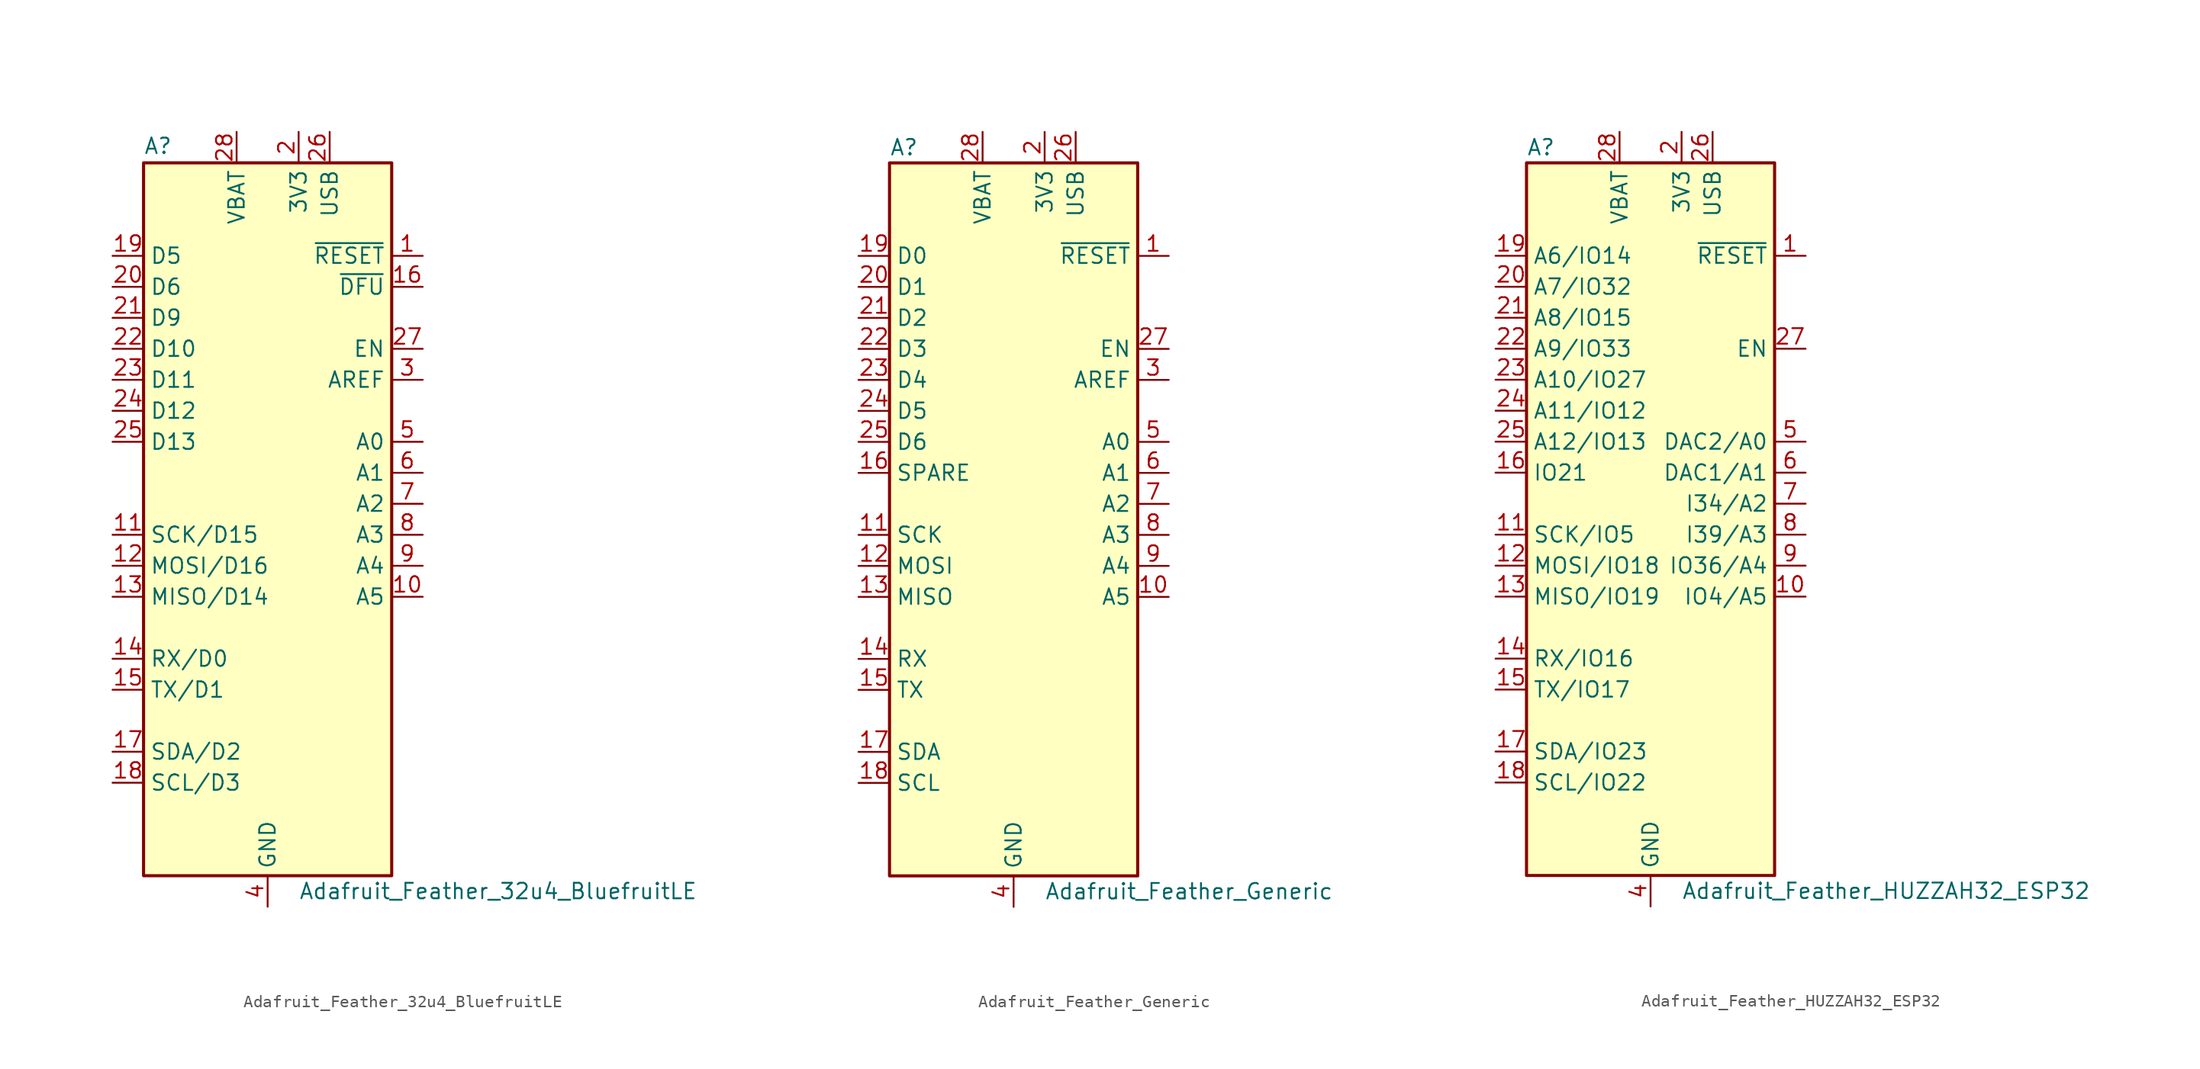
<source format=kicad_sym>
(kicad_symbol_lib
  (version 20201005)
  (generator kicad_symbol_editor)
  (symbol "MCU_Module:Adafruit_Feather_32u4_BluefruitLE"
    (property "Reference" "A"
      (at -10.16 28.575 0)
      (effects (font (size 1.27 1.27)) (justify left bottom)))
    (property "Value" "Adafruit_Feather_32u4_BluefruitLE"
      (at 2.54 -31.75 0)
      (effects (font (size 1.27 1.27)) (justify left)))
    (symbol "Adafruit_Feather_32u4_BluefruitLE_0_1"
      (rectangle (start -10.16 27.94) (end 10.16 -30.48) (stroke (width 0.254)) (fill (type background))))
    (symbol "Adafruit_Feather_32u4_BluefruitLE_1_1"
      (pin input line (at 12.7 20.32 180) (length 2.54) (name "~RESET" (effects (font (size 1.27 1.27)))) (number "1" (effects (font (size 1.27 1.27)))))
      (pin bidirectional line (at 12.7 -7.62 180) (length 2.54) (name "A5" (effects (font (size 1.27 1.27)))) (number "10" (effects (font (size 1.27 1.27)))))
      (pin bidirectional line (at -12.7 -2.54 0) (length 2.54) (name "SCK/D15" (effects (font (size 1.27 1.27)))) (number "11" (effects (font (size 1.27 1.27)))))
      (pin bidirectional line (at -12.7 -5.08 0) (length 2.54) (name "MOSI/D16" (effects (font (size 1.27 1.27)))) (number "12" (effects (font (size 1.27 1.27)))))
      (pin bidirectional line (at -12.7 -7.62 0) (length 2.54) (name "MISO/D14" (effects (font (size 1.27 1.27)))) (number "13" (effects (font (size 1.27 1.27)))))
      (pin bidirectional line (at -12.7 -12.7 0) (length 2.54) (name "RX/D0" (effects (font (size 1.27 1.27)))) (number "14" (effects (font (size 1.27 1.27)))))
      (pin bidirectional line (at -12.7 -15.24 0) (length 2.54) (name "TX/D1" (effects (font (size 1.27 1.27)))) (number "15" (effects (font (size 1.27 1.27)))))
      (pin input line (at 12.7 17.78 180) (length 2.54) (name "~DFU" (effects (font (size 1.27 1.27)))) (number "16" (effects (font (size 1.27 1.27)))))
      (pin bidirectional line (at -12.7 -20.32 0) (length 2.54) (name "SDA/D2" (effects (font (size 1.27 1.27)))) (number "17" (effects (font (size 1.27 1.27)))))
      (pin bidirectional line (at -12.7 -22.86 0) (length 2.54) (name "SCL/D3" (effects (font (size 1.27 1.27)))) (number "18" (effects (font (size 1.27 1.27)))))
      (pin bidirectional line (at -12.7 20.32 0) (length 2.54) (name "D5" (effects (font (size 1.27 1.27)))) (number "19" (effects (font (size 1.27 1.27)))))
      (pin power_in line (at 2.54 30.48 270) (length 2.54) (name "3V3" (effects (font (size 1.27 1.27)))) (number "2" (effects (font (size 1.27 1.27)))))
      (pin bidirectional line (at -12.7 17.78 0) (length 2.54) (name "D6" (effects (font (size 1.27 1.27)))) (number "20" (effects (font (size 1.27 1.27)))))
      (pin bidirectional line (at -12.7 15.24 0) (length 2.54) (name "D9" (effects (font (size 1.27 1.27)))) (number "21" (effects (font (size 1.27 1.27)))))
      (pin bidirectional line (at -12.7 12.7 0) (length 2.54) (name "D10" (effects (font (size 1.27 1.27)))) (number "22" (effects (font (size 1.27 1.27)))))
      (pin bidirectional line (at -12.7 10.16 0) (length 2.54) (name "D11" (effects (font (size 1.27 1.27)))) (number "23" (effects (font (size 1.27 1.27)))))
      (pin bidirectional line (at -12.7 7.62 0) (length 2.54) (name "D12" (effects (font (size 1.27 1.27)))) (number "24" (effects (font (size 1.27 1.27)))))
      (pin bidirectional line (at -12.7 5.08 0) (length 2.54) (name "D13" (effects (font (size 1.27 1.27)))) (number "25" (effects (font (size 1.27 1.27)))))
      (pin power_in line (at 5.08 30.48 270) (length 2.54) (name "USB" (effects (font (size 1.27 1.27)))) (number "26" (effects (font (size 1.27 1.27)))))
      (pin input line (at 12.7 12.7 180) (length 2.54) (name "EN" (effects (font (size 1.27 1.27)))) (number "27" (effects (font (size 1.27 1.27)))))
      (pin power_in line (at -2.54 30.48 270) (length 2.54) (name "VBAT" (effects (font (size 1.27 1.27)))) (number "28" (effects (font (size 1.27 1.27)))))
      (pin input line (at 12.7 10.16 180) (length 2.54) (name "AREF" (effects (font (size 1.27 1.27)))) (number "3" (effects (font (size 1.27 1.27)))))
      (pin power_in line (at 0 -33.02 90) (length 2.54) (name "GND" (effects (font (size 1.27 1.27)))) (number "4" (effects (font (size 1.27 1.27)))))
      (pin bidirectional line (at 12.7 5.08 180) (length 2.54) (name "A0" (effects (font (size 1.27 1.27)))) (number "5" (effects (font (size 1.27 1.27)))))
      (pin bidirectional line (at 12.7 2.54 180) (length 2.54) (name "A1" (effects (font (size 1.27 1.27)))) (number "6" (effects (font (size 1.27 1.27)))))
      (pin bidirectional line (at 12.7 0 180) (length 2.54) (name "A2" (effects (font (size 1.27 1.27)))) (number "7" (effects (font (size 1.27 1.27)))))
      (pin bidirectional line (at 12.7 -2.54 180) (length 2.54) (name "A3" (effects (font (size 1.27 1.27)))) (number "8" (effects (font (size 1.27 1.27)))))
      (pin bidirectional line (at 12.7 -5.08 180) (length 2.54) (name "A4" (effects (font (size 1.27 1.27)))) (number "9" (effects (font (size 1.27 1.27)))))))
  (symbol "MCU_Module:Adafruit_Feather_Generic"
    (property "Reference" "A"
      (at -10.16 29.21 0)
      (effects (font (size 1.27 1.27)) (justify left)))
    (property "Value" "Adafruit_Feather_Generic"
      (at 2.54 -31.75 0)
      (effects (font (size 1.27 1.27)) (justify left)))
    (symbol "Adafruit_Feather_Generic_0_1"
      (rectangle (start -10.16 27.94) (end 10.16 -30.48) (stroke (width 0.254)) (fill (type background))))
    (symbol "Adafruit_Feather_Generic_1_1"
      (pin input line (at 12.7 20.32 180) (length 2.54) (name "~RESET" (effects (font (size 1.27 1.27)))) (number "1" (effects (font (size 1.27 1.27)))))
      (pin bidirectional line (at 12.7 -7.62 180) (length 2.54) (name "A5" (effects (font (size 1.27 1.27)))) (number "10" (effects (font (size 1.27 1.27)))))
      (pin bidirectional line (at -12.7 -2.54 0) (length 2.54) (name "SCK" (effects (font (size 1.27 1.27)))) (number "11" (effects (font (size 1.27 1.27)))))
      (pin bidirectional line (at -12.7 -5.08 0) (length 2.54) (name "MOSI" (effects (font (size 1.27 1.27)))) (number "12" (effects (font (size 1.27 1.27)))))
      (pin bidirectional line (at -12.7 -7.62 0) (length 2.54) (name "MISO" (effects (font (size 1.27 1.27)))) (number "13" (effects (font (size 1.27 1.27)))))
      (pin bidirectional line (at -12.7 -12.7 0) (length 2.54) (name "RX" (effects (font (size 1.27 1.27)))) (number "14" (effects (font (size 1.27 1.27)))))
      (pin bidirectional line (at -12.7 -15.24 0) (length 2.54) (name "TX" (effects (font (size 1.27 1.27)))) (number "15" (effects (font (size 1.27 1.27)))))
      (pin bidirectional line (at -12.7 2.54 0) (length 2.54) (name "SPARE" (effects (font (size 1.27 1.27)))) (number "16" (effects (font (size 1.27 1.27)))))
      (pin bidirectional line (at -12.7 -20.32 0) (length 2.54) (name "SDA" (effects (font (size 1.27 1.27)))) (number "17" (effects (font (size 1.27 1.27)))))
      (pin bidirectional line (at -12.7 -22.86 0) (length 2.54) (name "SCL" (effects (font (size 1.27 1.27)))) (number "18" (effects (font (size 1.27 1.27)))))
      (pin bidirectional line (at -12.7 20.32 0) (length 2.54) (name "D0" (effects (font (size 1.27 1.27)))) (number "19" (effects (font (size 1.27 1.27)))))
      (pin power_in line (at 2.54 30.48 270) (length 2.54) (name "3V3" (effects (font (size 1.27 1.27)))) (number "2" (effects (font (size 1.27 1.27)))))
      (pin bidirectional line (at -12.7 17.78 0) (length 2.54) (name "D1" (effects (font (size 1.27 1.27)))) (number "20" (effects (font (size 1.27 1.27)))))
      (pin bidirectional line (at -12.7 15.24 0) (length 2.54) (name "D2" (effects (font (size 1.27 1.27)))) (number "21" (effects (font (size 1.27 1.27)))))
      (pin bidirectional line (at -12.7 12.7 0) (length 2.54) (name "D3" (effects (font (size 1.27 1.27)))) (number "22" (effects (font (size 1.27 1.27)))))
      (pin bidirectional line (at -12.7 10.16 0) (length 2.54) (name "D4" (effects (font (size 1.27 1.27)))) (number "23" (effects (font (size 1.27 1.27)))))
      (pin bidirectional line (at -12.7 7.62 0) (length 2.54) (name "D5" (effects (font (size 1.27 1.27)))) (number "24" (effects (font (size 1.27 1.27)))))
      (pin bidirectional line (at -12.7 5.08 0) (length 2.54) (name "D6" (effects (font (size 1.27 1.27)))) (number "25" (effects (font (size 1.27 1.27)))))
      (pin power_in line (at 5.08 30.48 270) (length 2.54) (name "USB" (effects (font (size 1.27 1.27)))) (number "26" (effects (font (size 1.27 1.27)))))
      (pin input line (at 12.7 12.7 180) (length 2.54) (name "EN" (effects (font (size 1.27 1.27)))) (number "27" (effects (font (size 1.27 1.27)))))
      (pin power_in line (at -2.54 30.48 270) (length 2.54) (name "VBAT" (effects (font (size 1.27 1.27)))) (number "28" (effects (font (size 1.27 1.27)))))
      (pin input line (at 12.7 10.16 180) (length 2.54) (name "AREF" (effects (font (size 1.27 1.27)))) (number "3" (effects (font (size 1.27 1.27)))))
      (pin power_in line (at 0 -33.02 90) (length 2.54) (name "GND" (effects (font (size 1.27 1.27)))) (number "4" (effects (font (size 1.27 1.27)))))
      (pin bidirectional line (at 12.7 5.08 180) (length 2.54) (name "A0" (effects (font (size 1.27 1.27)))) (number "5" (effects (font (size 1.27 1.27)))))
      (pin bidirectional line (at 12.7 2.54 180) (length 2.54) (name "A1" (effects (font (size 1.27 1.27)))) (number "6" (effects (font (size 1.27 1.27)))))
      (pin bidirectional line (at 12.7 0 180) (length 2.54) (name "A2" (effects (font (size 1.27 1.27)))) (number "7" (effects (font (size 1.27 1.27)))))
      (pin bidirectional line (at 12.7 -2.54 180) (length 2.54) (name "A3" (effects (font (size 1.27 1.27)))) (number "8" (effects (font (size 1.27 1.27)))))
      (pin bidirectional line (at 12.7 -5.08 180) (length 2.54) (name "A4" (effects (font (size 1.27 1.27)))) (number "9" (effects (font (size 1.27 1.27)))))))
  (symbol "MCU_Module:Adafruit_Feather_HUZZAH32_ESP32"
    (property "Reference" "A"
      (at -10.16 29.21 0)
      (effects (font (size 1.27 1.27)) (justify left)))
    (property "Value" "Adafruit_Feather_HUZZAH32_ESP32"
      (at 2.54 -31.75 0)
      (effects (font (size 1.27 1.27)) (justify left)))
    (symbol "Adafruit_Feather_HUZZAH32_ESP32_0_1"
      (rectangle (start -10.16 27.94) (end 10.16 -30.48) (stroke (width 0.254)) (fill (type background))))
    (symbol "Adafruit_Feather_HUZZAH32_ESP32_1_1"
      (pin input line (at 12.7 20.32 180) (length 2.54) (name "~RESET" (effects (font (size 1.27 1.27)))) (number "1" (effects (font (size 1.27 1.27)))))
      (pin bidirectional line (at 12.7 -7.62 180) (length 2.54) (name "IO4/A5" (effects (font (size 1.27 1.27)))) (number "10" (effects (font (size 1.27 1.27)))))
      (pin bidirectional line (at -12.7 -2.54 0) (length 2.54) (name "SCK/IO5" (effects (font (size 1.27 1.27)))) (number "11" (effects (font (size 1.27 1.27)))))
      (pin bidirectional line (at -12.7 -5.08 0) (length 2.54) (name "MOSI/IO18" (effects (font (size 1.27 1.27)))) (number "12" (effects (font (size 1.27 1.27)))))
      (pin bidirectional line (at -12.7 -7.62 0) (length 2.54) (name "MISO/IO19" (effects (font (size 1.27 1.27)))) (number "13" (effects (font (size 1.27 1.27)))))
      (pin bidirectional line (at -12.7 -12.7 0) (length 2.54) (name "RX/IO16" (effects (font (size 1.27 1.27)))) (number "14" (effects (font (size 1.27 1.27)))))
      (pin bidirectional line (at -12.7 -15.24 0) (length 2.54) (name "TX/IO17" (effects (font (size 1.27 1.27)))) (number "15" (effects (font (size 1.27 1.27)))))
      (pin bidirectional line (at -12.7 2.54 0) (length 2.54) (name "IO21" (effects (font (size 1.27 1.27)))) (number "16" (effects (font (size 1.27 1.27)))))
      (pin bidirectional line (at -12.7 -20.32 0) (length 2.54) (name "SDA/IO23" (effects (font (size 1.27 1.27)))) (number "17" (effects (font (size 1.27 1.27)))))
      (pin bidirectional line (at -12.7 -22.86 0) (length 2.54) (name "SCL/IO22" (effects (font (size 1.27 1.27)))) (number "18" (effects (font (size 1.27 1.27)))))
      (pin bidirectional line (at -12.7 20.32 0) (length 2.54) (name "A6/IO14" (effects (font (size 1.27 1.27)))) (number "19" (effects (font (size 1.27 1.27)))))
      (pin power_in line (at 2.54 30.48 270) (length 2.54) (name "3V3" (effects (font (size 1.27 1.27)))) (number "2" (effects (font (size 1.27 1.27)))))
      (pin bidirectional line (at -12.7 17.78 0) (length 2.54) (name "A7/IO32" (effects (font (size 1.27 1.27)))) (number "20" (effects (font (size 1.27 1.27)))))
      (pin bidirectional line (at -12.7 15.24 0) (length 2.54) (name "A8/IO15" (effects (font (size 1.27 1.27)))) (number "21" (effects (font (size 1.27 1.27)))))
      (pin bidirectional line (at -12.7 12.7 0) (length 2.54) (name "A9/IO33" (effects (font (size 1.27 1.27)))) (number "22" (effects (font (size 1.27 1.27)))))
      (pin bidirectional line (at -12.7 10.16 0) (length 2.54) (name "A10/IO27" (effects (font (size 1.27 1.27)))) (number "23" (effects (font (size 1.27 1.27)))))
      (pin bidirectional line (at -12.7 7.62 0) (length 2.54) (name "A11/IO12" (effects (font (size 1.27 1.27)))) (number "24" (effects (font (size 1.27 1.27)))))
      (pin bidirectional line (at -12.7 5.08 0) (length 2.54) (name "A12/IO13" (effects (font (size 1.27 1.27)))) (number "25" (effects (font (size 1.27 1.27)))))
      (pin power_in line (at 5.08 30.48 270) (length 2.54) (name "USB" (effects (font (size 1.27 1.27)))) (number "26" (effects (font (size 1.27 1.27)))))
      (pin input line (at 12.7 12.7 180) (length 2.54) (name "EN" (effects (font (size 1.27 1.27)))) (number "27" (effects (font (size 1.27 1.27)))))
      (pin power_in line (at -2.54 30.48 270) (length 2.54) (name "VBAT" (effects (font (size 1.27 1.27)))) (number "28" (effects (font (size 1.27 1.27)))))
      (pin no_connect line (at 10.16 10.16 180) (length 2.54) hide (name "NC" (effects (font (size 1.27 1.27)))) (number "3" (effects (font (size 1.27 1.27)))))
      (pin power_in line (at 0 -33.02 90) (length 2.54) (name "GND" (effects (font (size 1.27 1.27)))) (number "4" (effects (font (size 1.27 1.27)))))
      (pin bidirectional line (at 12.7 5.08 180) (length 2.54) (name "DAC2/A0" (effects (font (size 1.27 1.27)))) (number "5" (effects (font (size 1.27 1.27)))))
      (pin bidirectional line (at 12.7 2.54 180) (length 2.54) (name "DAC1/A1" (effects (font (size 1.27 1.27)))) (number "6" (effects (font (size 1.27 1.27)))))
      (pin bidirectional line (at 12.7 0 180) (length 2.54) (name "I34/A2" (effects (font (size 1.27 1.27)))) (number "7" (effects (font (size 1.27 1.27)))))
      (pin bidirectional line (at 12.7 -2.54 180) (length 2.54) (name "I39/A3" (effects (font (size 1.27 1.27)))) (number "8" (effects (font (size 1.27 1.27)))))
      (pin bidirectional line (at 12.7 -5.08 180) (length 2.54) (name "IO36/A4" (effects (font (size 1.27 1.27)))) (number "9" (effects (font (size 1.27 1.27))))))))
</source>
